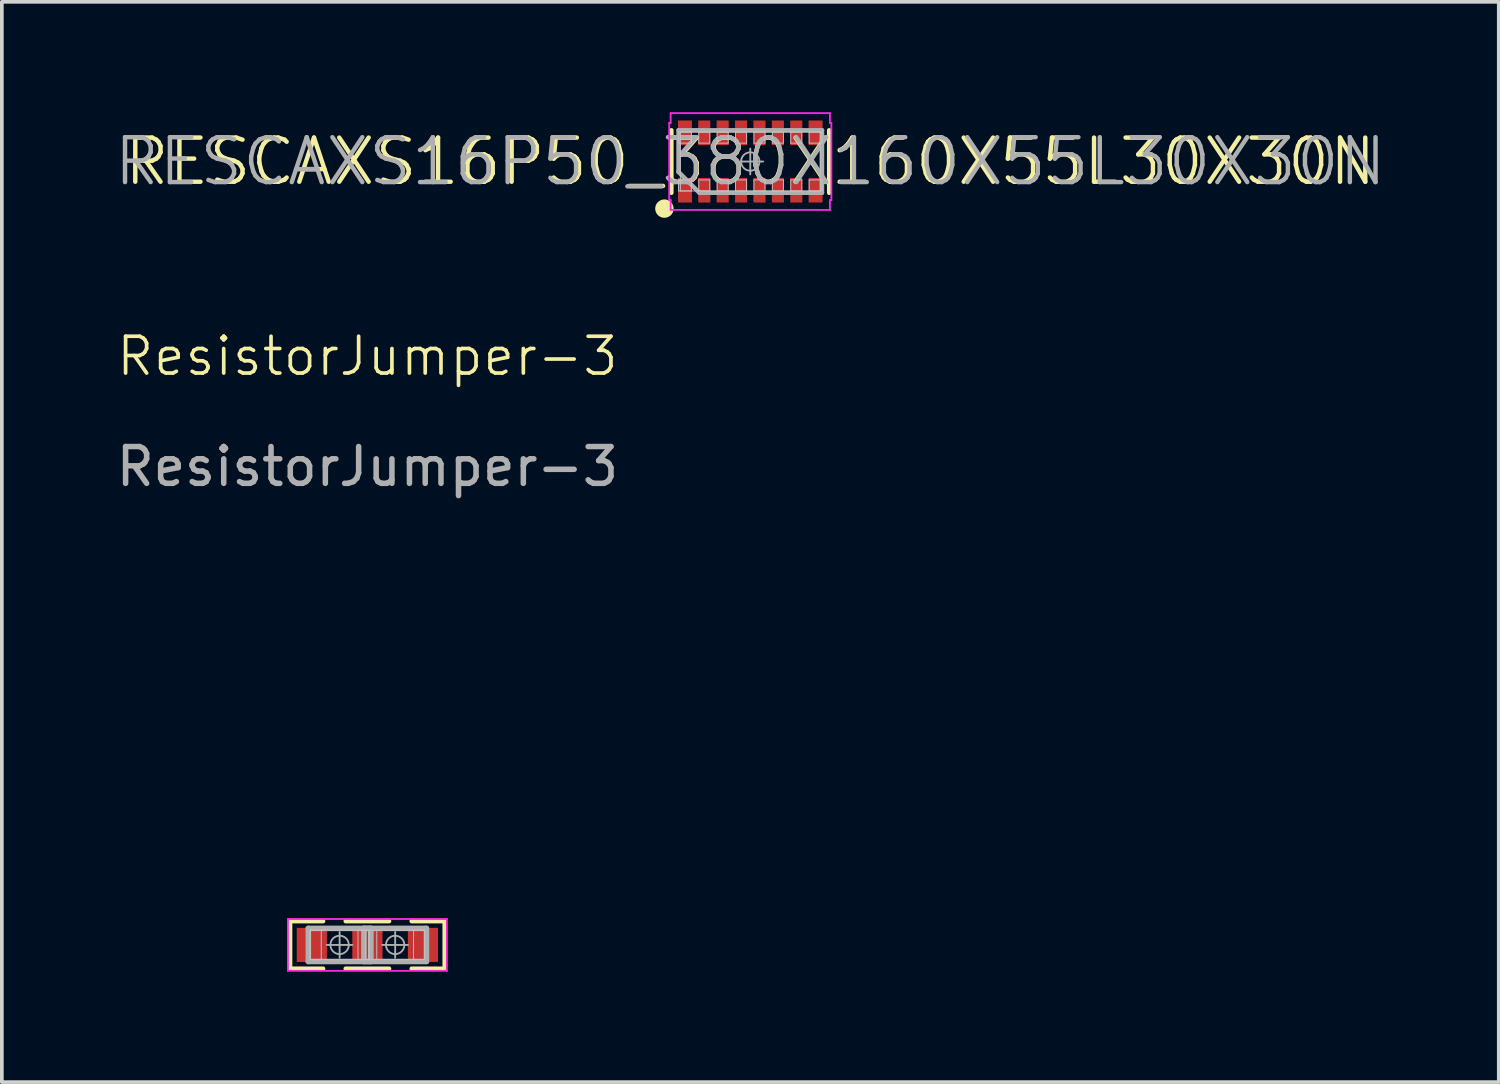
<source format=kicad_pcb>
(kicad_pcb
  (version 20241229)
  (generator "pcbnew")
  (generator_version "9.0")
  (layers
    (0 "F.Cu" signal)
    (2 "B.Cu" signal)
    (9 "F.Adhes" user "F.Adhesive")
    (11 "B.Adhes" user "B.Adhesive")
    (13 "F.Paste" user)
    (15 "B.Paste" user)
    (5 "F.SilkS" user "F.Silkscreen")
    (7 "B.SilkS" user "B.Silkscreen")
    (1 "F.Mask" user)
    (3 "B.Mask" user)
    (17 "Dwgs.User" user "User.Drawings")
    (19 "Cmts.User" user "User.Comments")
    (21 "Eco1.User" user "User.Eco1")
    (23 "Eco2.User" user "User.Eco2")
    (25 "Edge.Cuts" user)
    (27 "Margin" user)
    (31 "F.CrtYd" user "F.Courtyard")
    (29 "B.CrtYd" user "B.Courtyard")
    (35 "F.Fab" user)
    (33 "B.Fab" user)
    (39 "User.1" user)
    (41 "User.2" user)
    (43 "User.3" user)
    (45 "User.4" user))
  (footprint "ResistorJumper-3"
    (layer "F.Cu")
    (at 6.935 22.631)
    (property "Reference" "ResistorJumper-3" (at 0 -16 0) (unlocked yes) (layer "F.SilkS") (effects (font (size 1 1) (thickness 0.1))))
    (attr smd)
    (fp_line (start -2.1 -0.645) (end -1.203 -0.645) (stroke (width 0.12) (type solid)) (layer "F.SilkS"))
    (fp_line (start -2.1 0.645) (end -2.1 -0.645) (stroke (width 0.12) (type solid)) (layer "F.SilkS"))
    (fp_line (start -1.203 0.645) (end -2.1 0.645) (stroke (width 0.12) (type solid)) (layer "F.SilkS"))
    (fp_line (start -0.59 0.645) (end 0.59 0.645) (stroke (width 0.12) (type solid)) (layer "F.SilkS"))
    (fp_line (start 0.59 -0.645) (end -0.59 -0.645) (stroke (width 0.12) (type solid)) (layer "F.SilkS"))
    (fp_line (start 1.203 -0.645) (end 2.1 -0.645) (stroke (width 0.12) (type solid)) (layer "F.SilkS"))
    (fp_line (start 2.1 -0.645) (end 2.1 0.645) (stroke (width 0.12) (type solid)) (layer "F.SilkS"))
    (fp_line (start 2.1 0.645) (end 1.203 0.645) (stroke (width 0.12) (type solid)) (layer "F.SilkS"))
    (fp_line (start -1.555 -0.4) (end -1.255 -0.4) (stroke (width 0.025) (type solid)) (layer "Dwgs.User"))
    (fp_line (start -1.555 -0.4) (end 0.045 -0.4) (stroke (width 0.025) (type solid)) (layer "Dwgs.User"))
    (fp_line (start -1.555 0.4) (end -1.555 -0.4) (stroke (width 0.025) (type solid)) (layer "Dwgs.User"))
    (fp_line (start -1.555 0.4) (end -1.555 -0.4) (stroke (width 0.025) (type solid)) (layer "Dwgs.User"))
    (fp_line (start -1.255 -0.4) (end -1.255 0.4) (stroke (width 0.025) (type solid)) (layer "Dwgs.User"))
    (fp_line (start -1.255 0.4) (end -1.555 0.4) (stroke (width 0.025) (type solid)) (layer "Dwgs.User"))
    (fp_line (start -0.255 -0.4) (end 0.045 -0.4) (stroke (width 0.025) (type solid)) (layer "Dwgs.User"))
    (fp_line (start -0.255 0.4) (end -0.255 -0.4) (stroke (width 0.025) (type solid)) (layer "Dwgs.User"))
    (fp_line (start -0.045 -0.4) (end 1.555 -0.4) (stroke (width 0.025) (type solid)) (layer "Dwgs.User"))
    (fp_line (start -0.045 0.4) (end -0.045 -0.4) (stroke (width 0.025) (type solid)) (layer "Dwgs.User"))
    (fp_line (start 0.045 -0.4) (end 0.045 0.4) (stroke (width 0.025) (type solid)) (layer "Dwgs.User"))
    (fp_line (start 0.045 -0.4) (end 0.045 0.4) (stroke (width 0.025) (type solid)) (layer "Dwgs.User"))
    (fp_line (start 0.045 0.4) (end -1.555 0.4) (stroke (width 0.025) (type solid)) (layer "Dwgs.User"))
    (fp_line (start 0.045 0.4) (end -0.255 0.4) (stroke (width 0.025) (type solid)) (layer "Dwgs.User"))
    (fp_line (start 0.255 -0.4) (end 0.255 0.4) (stroke (width 0.025) (type solid)) (layer "Dwgs.User"))
    (fp_line (start 1.255 -0.4) (end 1.555 -0.4) (stroke (width 0.025) (type solid)) (layer "Dwgs.User"))
    (fp_line (start 1.255 0.4) (end 1.255 -0.4) (stroke (width 0.025) (type solid)) (layer "Dwgs.User"))
    (fp_line (start 1.555 -0.4) (end 1.555 0.4) (stroke (width 0.025) (type solid)) (layer "Dwgs.User"))
    (fp_line (start 1.555 0.4) (end -0.045 0.4) (stroke (width 0.025) (type solid)) (layer "Dwgs.User"))
    (fp_line (start -2.16 -0.704) (end 2.16 -0.704) (stroke (width 0.05) (type solid)) (layer "F.CrtYd"))
    (fp_line (start -2.16 0.704) (end -2.16 -0.704) (stroke (width 0.05) (type solid)) (layer "F.CrtYd"))
    (fp_line (start 2.16 -0.704) (end 2.16 0.704) (stroke (width 0.05) (type solid)) (layer "F.CrtYd"))
    (fp_line (start 2.16 0.704) (end -2.16 0.704) (stroke (width 0.05) (type solid)) (layer "F.CrtYd"))
    (fp_line (start -1.605 -0.45) (end 0.095 -0.45) (stroke (width 0.15) (type solid)) (layer "F.Fab"))
    (fp_line (start -1.605 0.45) (end -1.605 -0.45) (stroke (width 0.15) (type solid)) (layer "F.Fab"))
    (fp_line (start -0.755 -0.35) (end -0.755 0.35) (stroke (width 0.05) (type solid)) (layer "F.Fab"))
    (fp_line (start -0.405 0) (end -1.105 0) (stroke (width 0.05) (type solid)) (layer "F.Fab"))
    (fp_line (start -0.095 -0.45) (end 1.605 -0.45) (stroke (width 0.15) (type solid)) (layer "F.Fab"))
    (fp_line (start -0.095 0.45) (end -0.095 -0.45) (stroke (width 0.15) (type solid)) (layer "F.Fab"))
    (fp_line (start 0.095 -0.45) (end 0.095 0.45) (stroke (width 0.15) (type solid)) (layer "F.Fab"))
    (fp_line (start 0.095 0.45) (end -1.605 0.45) (stroke (width 0.15) (type solid)) (layer "F.Fab"))
    (fp_line (start 0.755 -0.35) (end 0.755 0.35) (stroke (width 0.05) (type solid)) (layer "F.Fab"))
    (fp_line (start 1.105 0) (end 0.405 0) (stroke (width 0.05) (type solid)) (layer "F.Fab"))
    (fp_line (start 1.605 -0.45) (end 1.605 0.45) (stroke (width 0.15) (type solid)) (layer "F.Fab"))
    (fp_line (start 1.605 0.45) (end -0.095 0.45) (stroke (width 0.15) (type solid)) (layer "F.Fab"))
    (fp_circle (center -0.755 0) (end -0.505 0) (stroke (width 0.05) (type solid)) (fill no) (layer "F.Fab"))
    (fp_circle (center 0.755 0) (end 1.005 0) (stroke (width 0.05) (type solid)) (fill no) (layer "F.Fab"))
    (fp_text user "${REFERENCE}" (at 0 -13 0) (unlocked yes) (layer "F.Fab") (effects (font (size 1 1) (thickness 0.15))))
    (pad "1" smd rect (at -1.51 0) (size 0.82 0.929) (layers "F.Cu" "F.Mask" "F.Paste"))
    (pad "2" smd rect (at 0 0) (size 0.82 0.929) (layers "F.Cu" "F.Mask" "F.Paste"))
    (pad "3" smd rect (at 1.51 0) (size 0.82 0.929) (layers "F.Cu" "F.Mask" "F.Paste")))
  (footprint "RESCAXS16P50_380X160X55L30X30N"
    (layer "F.Cu")
    (at 17.341 1.34)
    (property "Reference" "RESCAXS16P50_380X160X55L30X30N" (at 0 0 0) (layer "F.SilkS") (effects (font (size 1.2 1.2) (thickness 0.12))))
    (attr smd)
    (fp_line (start -2.144 0.85) (end -2.144 -0.85) (stroke (width 0.12) (type solid)) (layer "F.SilkS"))
    (fp_line (start 2.144 0.85) (end 2.144 -0.85) (stroke (width 0.12) (type solid)) (layer "F.SilkS"))
    (fp_circle (center -2.334 1.28) (end -2.334 1.405) (stroke (width 0.25) (type solid)) (fill no) (layer "F.SilkS"))
    (fp_line (start -1.95 -0.8) (end -1.6 -0.8) (stroke (width 0.025) (type solid)) (layer "Dwgs.User"))
    (fp_line (start -1.95 -0.5) (end -1.95 -0.8) (stroke (width 0.025) (type solid)) (layer "Dwgs.User"))
    (fp_line (start -1.95 0.5) (end -1.6 0.5) (stroke (width 0.025) (type solid)) (layer "Dwgs.User"))
    (fp_line (start -1.95 0.8) (end -1.95 0.5) (stroke (width 0.025) (type solid)) (layer "Dwgs.User"))
    (fp_line (start -1.9 -0.8) (end 1.9 -0.8) (stroke (width 0.025) (type solid)) (layer "Dwgs.User"))
    (fp_line (start -1.9 0.8) (end -1.9 -0.8) (stroke (width 0.025) (type solid)) (layer "Dwgs.User"))
    (fp_line (start -1.6 -0.8) (end -1.6 -0.5) (stroke (width 0.025) (type solid)) (layer "Dwgs.User"))
    (fp_line (start -1.6 -0.5) (end -1.95 -0.5) (stroke (width 0.025) (type solid)) (layer "Dwgs.User"))
    (fp_line (start -1.6 0.5) (end -1.6 0.8) (stroke (width 0.025) (type solid)) (layer "Dwgs.User"))
    (fp_line (start -1.6 0.8) (end -1.95 0.8) (stroke (width 0.025) (type solid)) (layer "Dwgs.User"))
    (fp_line (start -1.4 -0.8) (end -1.1 -0.8) (stroke (width 0.025) (type solid)) (layer "Dwgs.User"))
    (fp_line (start -1.4 -0.5) (end -1.4 -0.8) (stroke (width 0.025) (type solid)) (layer "Dwgs.User"))
    (fp_line (start -1.4 0.5) (end -1.1 0.5) (stroke (width 0.025) (type solid)) (layer "Dwgs.User"))
    (fp_line (start -1.4 0.8) (end -1.4 0.5) (stroke (width 0.025) (type solid)) (layer "Dwgs.User"))
    (fp_line (start -1.1 -0.8) (end -1.1 -0.5) (stroke (width 0.025) (type solid)) (layer "Dwgs.User"))
    (fp_line (start -1.1 -0.5) (end -1.4 -0.5) (stroke (width 0.025) (type solid)) (layer "Dwgs.User"))
    (fp_line (start -1.1 0.5) (end -1.1 0.8) (stroke (width 0.025) (type solid)) (layer "Dwgs.User"))
    (fp_line (start -1.1 0.8) (end -1.4 0.8) (stroke (width 0.025) (type solid)) (layer "Dwgs.User"))
    (fp_line (start -0.9 -0.8) (end -0.6 -0.8) (stroke (width 0.025) (type solid)) (layer "Dwgs.User"))
    (fp_line (start -0.9 -0.5) (end -0.9 -0.8) (stroke (width 0.025) (type solid)) (layer "Dwgs.User"))
    (fp_line (start -0.9 0.5) (end -0.6 0.5) (stroke (width 0.025) (type solid)) (layer "Dwgs.User"))
    (fp_line (start -0.9 0.8) (end -0.9 0.5) (stroke (width 0.025) (type solid)) (layer "Dwgs.User"))
    (fp_line (start -0.6 -0.8) (end -0.6 -0.5) (stroke (width 0.025) (type solid)) (layer "Dwgs.User"))
    (fp_line (start -0.6 -0.5) (end -0.9 -0.5) (stroke (width 0.025) (type solid)) (layer "Dwgs.User"))
    (fp_line (start -0.6 0.5) (end -0.6 0.8) (stroke (width 0.025) (type solid)) (layer "Dwgs.User"))
    (fp_line (start -0.6 0.8) (end -0.9 0.8) (stroke (width 0.025) (type solid)) (layer "Dwgs.User"))
    (fp_line (start -0.4 -0.8) (end -0.1 -0.8) (stroke (width 0.025) (type solid)) (layer "Dwgs.User"))
    (fp_line (start -0.4 -0.5) (end -0.4 -0.8) (stroke (width 0.025) (type solid)) (layer "Dwgs.User"))
    (fp_line (start -0.4 0.5) (end -0.1 0.5) (stroke (width 0.025) (type solid)) (layer "Dwgs.User"))
    (fp_line (start -0.4 0.8) (end -0.4 0.5) (stroke (width 0.025) (type solid)) (layer "Dwgs.User"))
    (fp_line (start -0.1 -0.8) (end -0.1 -0.5) (stroke (width 0.025) (type solid)) (layer "Dwgs.User"))
    (fp_line (start -0.1 -0.5) (end -0.4 -0.5) (stroke (width 0.025) (type solid)) (layer "Dwgs.User"))
    (fp_line (start -0.1 0.5) (end -0.1 0.8) (stroke (width 0.025) (type solid)) (layer "Dwgs.User"))
    (fp_line (start -0.1 0.8) (end -0.4 0.8) (stroke (width 0.025) (type solid)) (layer "Dwgs.User"))
    (fp_line (start 0.1 -0.8) (end 0.4 -0.8) (stroke (width 0.025) (type solid)) (layer "Dwgs.User"))
    (fp_line (start 0.1 -0.5) (end 0.1 -0.8) (stroke (width 0.025) (type solid)) (layer "Dwgs.User"))
    (fp_line (start 0.1 0.5) (end 0.4 0.5) (stroke (width 0.025) (type solid)) (layer "Dwgs.User"))
    (fp_line (start 0.1 0.8) (end 0.1 0.5) (stroke (width 0.025) (type solid)) (layer "Dwgs.User"))
    (fp_line (start 0.4 -0.8) (end 0.4 -0.5) (stroke (width 0.025) (type solid)) (layer "Dwgs.User"))
    (fp_line (start 0.4 -0.5) (end 0.1 -0.5) (stroke (width 0.025) (type solid)) (layer "Dwgs.User"))
    (fp_line (start 0.4 0.5) (end 0.4 0.8) (stroke (width 0.025) (type solid)) (layer "Dwgs.User"))
    (fp_line (start 0.4 0.8) (end 0.1 0.8) (stroke (width 0.025) (type solid)) (layer "Dwgs.User"))
    (fp_line (start 0.6 -0.8) (end 0.9 -0.8) (stroke (width 0.025) (type solid)) (layer "Dwgs.User"))
    (fp_line (start 0.6 -0.5) (end 0.6 -0.8) (stroke (width 0.025) (type solid)) (layer "Dwgs.User"))
    (fp_line (start 0.6 0.5) (end 0.9 0.5) (stroke (width 0.025) (type solid)) (layer "Dwgs.User"))
    (fp_line (start 0.6 0.8) (end 0.6 0.5) (stroke (width 0.025) (type solid)) (layer "Dwgs.User"))
    (fp_line (start 0.9 -0.8) (end 0.9 -0.5) (stroke (width 0.025) (type solid)) (layer "Dwgs.User"))
    (fp_line (start 0.9 -0.5) (end 0.6 -0.5) (stroke (width 0.025) (type solid)) (layer "Dwgs.User"))
    (fp_line (start 0.9 0.5) (end 0.9 0.8) (stroke (width 0.025) (type solid)) (layer "Dwgs.User"))
    (fp_line (start 0.9 0.8) (end 0.6 0.8) (stroke (width 0.025) (type solid)) (layer "Dwgs.User"))
    (fp_line (start 1.1 -0.8) (end 1.4 -0.8) (stroke (width 0.025) (type solid)) (layer "Dwgs.User"))
    (fp_line (start 1.1 -0.5) (end 1.1 -0.8) (stroke (width 0.025) (type solid)) (layer "Dwgs.User"))
    (fp_line (start 1.1 0.5) (end 1.4 0.5) (stroke (width 0.025) (type solid)) (layer "Dwgs.User"))
    (fp_line (start 1.1 0.8) (end 1.1 0.5) (stroke (width 0.025) (type solid)) (layer "Dwgs.User"))
    (fp_line (start 1.4 -0.8) (end 1.4 -0.5) (stroke (width 0.025) (type solid)) (layer "Dwgs.User"))
    (fp_line (start 1.4 -0.5) (end 1.1 -0.5) (stroke (width 0.025) (type solid)) (layer "Dwgs.User"))
    (fp_line (start 1.4 0.5) (end 1.4 0.8) (stroke (width 0.025) (type solid)) (layer "Dwgs.User"))
    (fp_line (start 1.4 0.8) (end 1.1 0.8) (stroke (width 0.025) (type solid)) (layer "Dwgs.User"))
    (fp_line (start 1.6 -0.8) (end 1.95 -0.8) (stroke (width 0.025) (type solid)) (layer "Dwgs.User"))
    (fp_line (start 1.6 -0.5) (end 1.6 -0.8) (stroke (width 0.025) (type solid)) (layer "Dwgs.User"))
    (fp_line (start 1.6 0.5) (end 1.95 0.5) (stroke (width 0.025) (type solid)) (layer "Dwgs.User"))
    (fp_line (start 1.6 0.8) (end 1.6 0.5) (stroke (width 0.025) (type solid)) (layer "Dwgs.User"))
    (fp_line (start 1.9 -0.8) (end 1.9 0.8) (stroke (width 0.025) (type solid)) (layer "Dwgs.User"))
    (fp_line (start 1.9 0.8) (end -1.9 0.8) (stroke (width 0.025) (type solid)) (layer "Dwgs.User"))
    (fp_line (start 1.95 -0.8) (end 1.95 -0.5) (stroke (width 0.025) (type solid)) (layer "Dwgs.User"))
    (fp_line (start 1.95 -0.5) (end 1.6 -0.5) (stroke (width 0.025) (type solid)) (layer "Dwgs.User"))
    (fp_line (start 1.95 0.5) (end 1.95 0.8) (stroke (width 0.025) (type solid)) (layer "Dwgs.User"))
    (fp_line (start 1.95 0.8) (end 1.6 0.8) (stroke (width 0.025) (type solid)) (layer "Dwgs.User"))
    (fp_line (start -2.204 -1.05) (end -2.204 1.05) (stroke (width 0.05) (type solid)) (layer "F.CrtYd"))
    (fp_line (start -2.204 1.05) (end -2.164 1.05) (stroke (width 0.05) (type solid)) (layer "F.CrtYd"))
    (fp_line (start -2.164 -1.315) (end -2.164 -1.05) (stroke (width 0.05) (type solid)) (layer "F.CrtYd"))
    (fp_line (start -2.164 -1.05) (end -2.204 -1.05) (stroke (width 0.05) (type solid)) (layer "F.CrtYd"))
    (fp_line (start -2.164 1.05) (end -2.164 1.315) (stroke (width 0.05) (type solid)) (layer "F.CrtYd"))
    (fp_line (start -2.164 1.315) (end 2.164 1.315) (stroke (width 0.05) (type solid)) (layer "F.CrtYd"))
    (fp_line (start 2.164 -1.315) (end -2.164 -1.315) (stroke (width 0.05) (type solid)) (layer "F.CrtYd"))
    (fp_line (start 2.164 -1.05) (end 2.164 -1.315) (stroke (width 0.05) (type solid)) (layer "F.CrtYd"))
    (fp_line (start 2.164 1.05) (end 2.204 1.05) (stroke (width 0.05) (type solid)) (layer "F.CrtYd"))
    (fp_line (start 2.164 1.315) (end 2.164 1.05) (stroke (width 0.05) (type solid)) (layer "F.CrtYd"))
    (fp_line (start 2.204 -1.05) (end 2.164 -1.05) (stroke (width 0.05) (type solid)) (layer "F.CrtYd"))
    (fp_line (start 2.204 1.05) (end 2.204 -1.05) (stroke (width 0.05) (type solid)) (layer "F.CrtYd"))
    (fp_line (start -1.95 -0.85) (end 1.95 -0.85) (stroke (width 0.12) (type solid)) (layer "F.Fab"))
    (fp_line (start -1.95 0.283) (end -1.95 -0.85) (stroke (width 0.12) (type solid)) (layer "F.Fab"))
    (fp_line (start -1.383 0.85) (end -1.95 0.283) (stroke (width 0.12) (type solid)) (layer "F.Fab"))
    (fp_line (start -0.35 0) (end 0.35 0) (stroke (width 0.05) (type solid)) (layer "F.Fab"))
    (fp_line (start 0 -0.35) (end 0 0.35) (stroke (width 0.05) (type solid)) (layer "F.Fab"))
    (fp_line (start 1.95 -0.85) (end 1.95 0.85) (stroke (width 0.12) (type solid)) (layer "F.Fab"))
    (fp_line (start 1.95 0.85) (end -1.383 0.85) (stroke (width 0.12) (type solid)) (layer "F.Fab"))
    (fp_circle (center 0 0) (end 0.25 0) (stroke (width 0.05) (type solid)) (fill no) (layer "F.Fab"))
    (fp_text user "${REFERENCE}" (at 0 0 0) (layer "F.Fab") (effects (font (size 1.22 1.22) (thickness 0.12))))
    (pad "1" smd rect (at -1.775 0.78 90) (size 0.67 0.379) (layers "F.Cu" "F.Mask" "F.Paste"))
    (pad "2" smd rect (at -1.25 0.78 90) (size 0.67 0.329) (layers "F.Cu" "F.Mask" "F.Paste"))
    (pad "3" smd rect (at -0.75 0.78 90) (size 0.67 0.329) (layers "F.Cu" "F.Mask" "F.Paste"))
    (pad "4" smd rect (at -0.25 0.78 90) (size 0.67 0.329) (layers "F.Cu" "F.Mask" "F.Paste"))
    (pad "5" smd rect (at 0.25 0.78 90) (size 0.67 0.329) (layers "F.Cu" "F.Mask" "F.Paste"))
    (pad "6" smd rect (at 0.75 0.78 90) (size 0.67 0.329) (layers "F.Cu" "F.Mask" "F.Paste"))
    (pad "7" smd rect (at 1.25 0.78 90) (size 0.67 0.329) (layers "F.Cu" "F.Mask" "F.Paste"))
    (pad "8" smd rect (at 1.775 0.78 90) (size 0.67 0.379) (layers "F.Cu" "F.Mask" "F.Paste"))
    (pad "9" smd rect (at 1.775 -0.78 90) (size 0.67 0.379) (layers "F.Cu" "F.Mask" "F.Paste"))
    (pad "10" smd rect (at 1.25 -0.78 90) (size 0.67 0.329) (layers "F.Cu" "F.Mask" "F.Paste"))
    (pad "11" smd rect (at 0.75 -0.78 90) (size 0.67 0.329) (layers "F.Cu" "F.Mask" "F.Paste"))
    (pad "12" smd rect (at 0.25 -0.78 90) (size 0.67 0.329) (layers "F.Cu" "F.Mask" "F.Paste"))
    (pad "13" smd rect (at -0.25 -0.78 90) (size 0.67 0.329) (layers "F.Cu" "F.Mask" "F.Paste"))
    (pad "14" smd rect (at -0.75 -0.78 90) (size 0.67 0.329) (layers "F.Cu" "F.Mask" "F.Paste"))
    (pad "15" smd rect (at -1.25 -0.78 90) (size 0.67 0.329) (layers "F.Cu" "F.Mask" "F.Paste"))
    (pad "16" smd rect (at -1.775 -0.78 90) (size 0.67 0.379) (layers "F.Cu" "F.Mask" "F.Paste")))
  (gr_rect
    (start -3 -3)
    (end 37.683 26.36)
    (stroke (width 0.1) (type default))
    (fill no)
    (layer "Edge.Cuts")))
</source>
